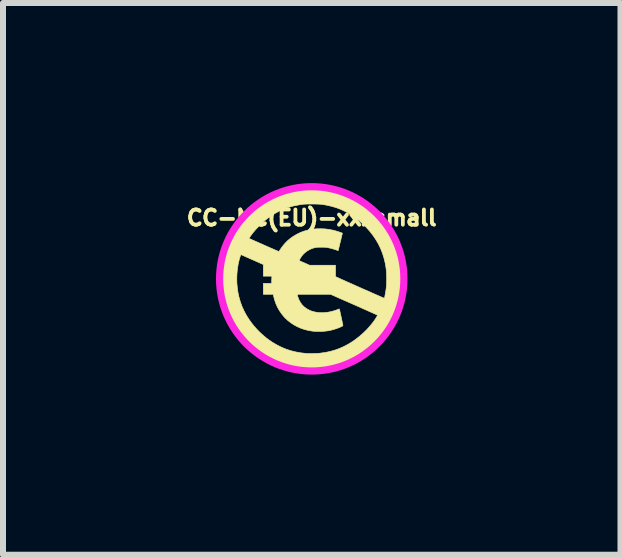
<source format=kicad_pcb>
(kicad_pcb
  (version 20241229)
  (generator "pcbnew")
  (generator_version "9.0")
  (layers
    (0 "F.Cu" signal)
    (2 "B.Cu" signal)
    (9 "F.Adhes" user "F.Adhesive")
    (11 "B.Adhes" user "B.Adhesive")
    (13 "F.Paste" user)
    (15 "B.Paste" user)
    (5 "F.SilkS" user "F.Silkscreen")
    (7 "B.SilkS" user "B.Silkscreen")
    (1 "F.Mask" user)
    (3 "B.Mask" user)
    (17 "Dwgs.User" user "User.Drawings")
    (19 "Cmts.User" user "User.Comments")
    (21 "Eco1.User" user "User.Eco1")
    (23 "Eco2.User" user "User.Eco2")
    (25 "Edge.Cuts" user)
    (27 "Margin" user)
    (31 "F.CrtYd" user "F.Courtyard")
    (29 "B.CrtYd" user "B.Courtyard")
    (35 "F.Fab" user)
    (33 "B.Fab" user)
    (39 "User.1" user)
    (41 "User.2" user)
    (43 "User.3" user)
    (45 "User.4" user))
  (footprint "CC-NC(EU)-xxxsmall"
    (layer "F.Cu")
    (at 2.144 1.596)
    (property "Reference" "CC-NC(EU)-xxxsmall" (at 0 -1.016 0) (layer "F.SilkS") (effects (font (size 0.254 0.254) (thickness 0.064))))
    (attr through_hole)
    (fp_poly (pts (xy 0.112 -1.52) (xy 0.186 -1.514) (xy 0.256 -1.505) (xy 0.324 -1.493) (xy 0.392 -1.478) (xy 0.424 -1.47) (xy 0.512 -1.442) (xy 0.598 -1.41) (xy 0.68 -1.373) (xy 0.76 -1.33) (xy 0.838 -1.282) (xy 0.913 -1.229) (xy 0.986 -1.169) (xy 1.057 -1.105) (xy 1.08 -1.083) (xy 1.137 -1.023) (xy 1.19 -0.963) (xy 1.237 -0.902) (xy 1.281 -0.84) (xy 1.321 -0.776) (xy 1.358 -0.708) (xy 1.371 -0.683) (xy 1.405 -0.611) (xy 1.434 -0.537) (xy 1.459 -0.462) (xy 1.48 -0.385) (xy 1.497 -0.304) (xy 1.51 -0.22) (xy 1.518 -0.148) (xy 1.52 -0.131) (xy 1.521 -0.109) (xy 1.522 -0.083) (xy 1.522 -0.055) (xy 1.522 -0.024) (xy 1.522 0.008) (xy 1.522 0.039) (xy 1.522 0.069) (xy 1.521 0.097) (xy 1.52 0.121) (xy 1.519 0.141) (xy 1.519 0.15) (xy 1.507 0.247) (xy 1.49 0.342) (xy 1.468 0.433) (xy 1.44 0.521) (xy 1.407 0.607) (xy 1.369 0.689) (xy 1.326 0.769) (xy 1.277 0.846) (xy 1.223 0.921) (xy 1.163 0.993) (xy 1.098 1.062) (xy 1.027 1.129) (xy 0.981 1.168) (xy 0.904 1.229) (xy 0.825 1.284) (xy 0.745 1.333) (xy 0.662 1.376) (xy 0.577 1.414) (xy 0.49 1.446) (xy 0.401 1.473) (xy 0.309 1.494) (xy 0.215 1.51) (xy 0.162 1.517) (xy 0.148 1.518) (xy 0.131 1.519) (xy 0.109 1.52) (xy 0.084 1.521) (xy 0.058 1.521) (xy 0.031 1.522) (xy 0.004 1.523) (xy -0.021 1.523) (xy -0.045 1.523) (xy -0.066 1.523) (xy -0.082 1.523) (xy -0.093 1.522) (xy -0.094 1.522) (xy -0.102 1.522) (xy -0.115 1.52) (xy -0.13 1.519) (xy -0.146 1.518) (xy -0.147 1.518) (xy -0.238 1.507) (xy -0.329 1.49) (xy -0.418 1.468) (xy -0.506 1.44) (xy -0.592 1.407) (xy -0.675 1.368) (xy -0.756 1.323) (xy -0.834 1.274) (xy -0.909 1.22) (xy -0.921 1.211) (xy -0.956 1.182) (xy -0.992 1.151) (xy -1.029 1.117) (xy -1.065 1.083) (xy -1.099 1.048) (xy -1.131 1.015) (xy -1.159 0.984) (xy -1.165 0.977) (xy -1.223 0.904) (xy -1.276 0.831) (xy -1.323 0.757) (xy -1.365 0.682) (xy -1.401 0.605) (xy -1.433 0.526) (xy -1.446 0.49) (xy -1.472 0.405) (xy -1.493 0.319) (xy -1.508 0.23) (xy -1.518 0.14) (xy -1.523 0.047) (xy -1.523 -0.005) (xy -1.249 -0.005) (xy -1.247 0.074) (xy -1.24 0.151) (xy -1.23 0.221) (xy -1.213 0.302) (xy -1.19 0.382) (xy -1.162 0.459) (xy -1.128 0.534) (xy -1.088 0.608) (xy -1.043 0.679) (xy -0.992 0.749) (xy -0.95 0.8) (xy -0.906 0.849) (xy -0.858 0.897) (xy -0.807 0.943) (xy -0.756 0.986) (xy -0.714 1.017) (xy -0.644 1.064) (xy -0.573 1.105) (xy -0.501 1.141) (xy -0.426 1.172) (xy -0.349 1.197) (xy -0.269 1.217) (xy -0.186 1.232) (xy -0.1 1.242) (xy -0.091 1.243) (xy -0.074 1.244) (xy -0.052 1.244) (xy -0.026 1.245) (xy 0.002 1.244) (xy 0.03 1.244) (xy 0.059 1.243) (xy 0.086 1.242) (xy 0.111 1.241) (xy 0.132 1.239) (xy 0.142 1.238) (xy 0.227 1.226) (xy 0.308 1.209) (xy 0.386 1.187) (xy 0.461 1.16) (xy 0.535 1.127) (xy 0.606 1.09) (xy 0.676 1.047) (xy 0.738 1.003) (xy 0.799 0.955) (xy 0.858 0.903) (xy 0.914 0.849) (xy 0.966 0.792) (xy 1.013 0.734) (xy 1.023 0.721) (xy 1.035 0.705) (xy 1.047 0.687) (xy 1.059 0.67) (xy 1.07 0.653) (xy 1.079 0.637) (xy 1.087 0.624) (xy 1.093 0.614) (xy 1.095 0.607) (xy 1.096 0.604) (xy 1.092 0.603) (xy 1.084 0.599) (xy 1.071 0.593) (xy 1.052 0.585) (xy 1.029 0.574) (xy 1.002 0.562) (xy 0.97 0.548) (xy 0.935 0.532) (xy 0.896 0.515) (xy 0.853 0.496) (xy 0.807 0.475) (xy 0.757 0.453) (xy 0.705 0.43) (xy 0.651 0.406) (xy 0.594 0.381) (xy 0.534 0.355) (xy 0.473 0.328) (xy 0.41 0.3) (xy 0.368 0.281) (xy 0.313 0.257) (xy -0.243 0.257) (xy -0.241 0.267) (xy -0.238 0.28) (xy -0.233 0.296) (xy -0.226 0.314) (xy -0.22 0.332) (xy -0.213 0.349) (xy -0.208 0.358) (xy -0.186 0.398) (xy -0.16 0.433) (xy -0.128 0.465) (xy -0.092 0.492) (xy -0.053 0.515) (xy -0.05 0.517) (xy -0.017 0.532) (xy 0.017 0.543) (xy 0.053 0.552) (xy 0.092 0.559) (xy 0.128 0.563) (xy 0.172 0.564) (xy 0.219 0.562) (xy 0.268 0.556) (xy 0.317 0.547) (xy 0.366 0.534) (xy 0.412 0.519) (xy 0.432 0.511) (xy 0.446 0.505) (xy 0.456 0.502) (xy 0.461 0.502) (xy 0.461 0.503) (xy 0.462 0.507) (xy 0.464 0.516) (xy 0.467 0.53) (xy 0.471 0.547) (xy 0.475 0.567) (xy 0.48 0.59) (xy 0.485 0.614) (xy 0.491 0.638) (xy 0.496 0.663) (xy 0.501 0.687) (xy 0.506 0.71) (xy 0.51 0.731) (xy 0.514 0.749) (xy 0.517 0.763) (xy 0.519 0.773) (xy 0.52 0.778) (xy 0.52 0.778) (xy 0.517 0.782) (xy 0.51 0.787) (xy 0.498 0.794) (xy 0.482 0.801) (xy 0.464 0.809) (xy 0.444 0.817) (xy 0.423 0.825) (xy 0.401 0.832) (xy 0.38 0.839) (xy 0.371 0.842) (xy 0.322 0.855) (xy 0.275 0.865) (xy 0.228 0.871) (xy 0.179 0.875) (xy 0.128 0.876) (xy 0.101 0.876) (xy 0.071 0.875) (xy 0.045 0.874) (xy 0.022 0.872) (xy 0.000012 0.869) (xy -0.022 0.866) (xy -0.047 0.861) (xy -0.062 0.858) (xy -0.123 0.843) (xy -0.184 0.822) (xy -0.242 0.796) (xy -0.298 0.766) (xy -0.35 0.731) (xy -0.399 0.693) (xy -0.444 0.651) (xy -0.459 0.635) (xy -0.501 0.584) (xy -0.538 0.53) (xy -0.57 0.475) (xy -0.596 0.417) (xy -0.618 0.355) (xy -0.635 0.29) (xy -0.638 0.274) (xy -0.641 0.257) (xy -0.807 0.257) (xy -0.807 0.076) (xy -0.668 0.076) (xy -0.668 0.058) (xy -0.668 0.049) (xy -0.668 0.035) (xy -0.667 0.018) (xy -0.666 0.001) (xy -0.666 -0.002) (xy -0.664 -0.045) (xy -0.807 -0.045) (xy -0.807 -0.226) (xy -0.795 -0.227) (xy -0.793 -0.228) (xy -0.792 -0.229) (xy -0.793 -0.23) (xy -0.796 -0.232) (xy -0.802 -0.235) (xy -0.81 -0.239) (xy -0.821 -0.245) (xy -0.836 -0.251) (xy -0.854 -0.26) (xy -0.877 -0.27) (xy -0.904 -0.282) (xy -0.936 -0.296) (xy -0.973 -0.313) (xy -0.979 -0.315) (xy -1.011 -0.329) (xy -1.042 -0.343) (xy -1.071 -0.356) (xy -1.097 -0.367) (xy -1.121 -0.378) (xy -1.141 -0.387) (xy -1.157 -0.394) (xy -1.169 -0.399) (xy -1.177 -0.402) (xy -1.179 -0.403) (xy -1.181 -0.4) (xy -1.185 -0.393) (xy -1.19 -0.381) (xy -1.195 -0.365) (xy -1.201 -0.347) (xy -1.207 -0.326) (xy -1.212 -0.303) (xy -1.218 -0.28) (xy -1.223 -0.257) (xy -1.227 -0.236) (xy -1.239 -0.161) (xy -1.246 -0.084) (xy -1.249 -0.005) (xy -1.523 -0.005) (xy -1.523 -0.035) (xy -1.519 -0.123) (xy -1.511 -0.207) (xy -1.499 -0.288) (xy -1.482 -0.367) (xy -1.461 -0.445) (xy -1.435 -0.523) (xy -1.422 -0.556) (xy -1.387 -0.639) (xy -1.369 -0.674) (xy -1.044 -0.674) (xy -1.041 -0.673) (xy -1.033 -0.669) (xy -1.02 -0.663) (xy -1.003 -0.655) (xy -0.983 -0.646) (xy -0.96 -0.636) (xy -0.934 -0.624) (xy -0.905 -0.612) (xy -0.875 -0.598) (xy -0.844 -0.585) (xy -0.812 -0.57) (xy -0.78 -0.556) (xy -0.748 -0.542) (xy -0.717 -0.528) (xy -0.687 -0.515) (xy -0.659 -0.503) (xy -0.632 -0.491) (xy -0.609 -0.481) (xy -0.588 -0.472) (xy -0.571 -0.465) (xy -0.558 -0.459) (xy -0.55 -0.455) (xy -0.546 -0.454) (xy -0.546 -0.454) (xy -0.544 -0.457) (xy -0.54 -0.464) (xy -0.534 -0.474) (xy -0.528 -0.484) (xy -0.491 -0.537) (xy -0.45 -0.587) (xy -0.405 -0.633) (xy -0.355 -0.675) (xy -0.302 -0.712) (xy -0.245 -0.745) (xy -0.185 -0.774) (xy -0.122 -0.797) (xy -0.105 -0.802) (xy -0.044 -0.818) (xy 0.02 -0.829) (xy 0.086 -0.834) (xy 0.153 -0.835) (xy 0.222 -0.832) (xy 0.291 -0.823) (xy 0.359 -0.81) (xy 0.42 -0.793) (xy 0.432 -0.789) (xy 0.447 -0.785) (xy 0.462 -0.779) (xy 0.477 -0.774) (xy 0.491 -0.769) (xy 0.501 -0.765) (xy 0.508 -0.762) (xy 0.51 -0.76) (xy 0.51 -0.758) (xy 0.508 -0.749) (xy 0.505 -0.737) (xy 0.501 -0.72) (xy 0.497 -0.701) (xy 0.491 -0.679) (xy 0.486 -0.655) (xy 0.48 -0.63) (xy 0.473 -0.605) (xy 0.467 -0.58) (xy 0.462 -0.556) (xy 0.456 -0.534) (xy 0.451 -0.514) (xy 0.447 -0.497) (xy 0.444 -0.484) (xy 0.442 -0.475) (xy 0.441 -0.471) (xy 0.438 -0.472) (xy 0.43 -0.474) (xy 0.42 -0.477) (xy 0.413 -0.48) (xy 0.38 -0.491) (xy 0.343 -0.502) (xy 0.305 -0.512) (xy 0.272 -0.519) (xy 0.258 -0.522) (xy 0.246 -0.524) (xy 0.233 -0.525) (xy 0.22 -0.526) (xy 0.205 -0.527) (xy 0.187 -0.527) (xy 0.163 -0.527) (xy 0.162 -0.527) (xy 0.133 -0.527) (xy 0.11 -0.527) (xy 0.089 -0.525) (xy 0.071 -0.523) (xy 0.055 -0.52) (xy 0.037 -0.516) (xy 0.019 -0.51) (xy 0.011 -0.508) (xy -0.032 -0.49) (xy -0.072 -0.467) (xy -0.109 -0.44) (xy -0.142 -0.409) (xy -0.171 -0.374) (xy -0.195 -0.335) (xy -0.2 -0.325) (xy -0.205 -0.315) (xy -0.208 -0.308) (xy -0.208 -0.304) (xy -0.208 -0.304) (xy -0.205 -0.302) (xy -0.197 -0.299) (xy -0.185 -0.293) (xy -0.17 -0.286) (xy -0.151 -0.278) (xy -0.131 -0.269) (xy -0.121 -0.265) (xy -0.036 -0.227) (xy 0.396 -0.227) (xy 0.396 -0.046) (xy 0.387 -0.045) (xy 0.386 -0.044) (xy 0.389 -0.043) (xy 0.393 -0.04) (xy 0.401 -0.036) (xy 0.412 -0.03) (xy 0.426 -0.024) (xy 0.444 -0.016) (xy 0.465 -0.006) (xy 0.49 0.006) (xy 0.52 0.019) (xy 0.553 0.034) (xy 0.591 0.051) (xy 0.634 0.07) (xy 0.682 0.091) (xy 0.735 0.115) (xy 0.791 0.14) (xy 0.838 0.161) (xy 0.884 0.181) (xy 0.928 0.2) (xy 0.971 0.219) (xy 1.01 0.237) (xy 1.047 0.253) (xy 1.081 0.268) (xy 1.112 0.281) (xy 1.138 0.293) (xy 1.161 0.303) (xy 1.18 0.311) (xy 1.194 0.317) (xy 1.204 0.321) (xy 1.208 0.323) (xy 1.208 0.323) (xy 1.21 0.321) (xy 1.212 0.313) (xy 1.216 0.302) (xy 1.219 0.288) (xy 1.219 0.285) (xy 1.231 0.221) (xy 1.24 0.159) (xy 1.246 0.098) (xy 1.248 0.035) (xy 1.248 -0.032) (xy 1.246 -0.076) (xy 1.244 -0.117) (xy 1.241 -0.154) (xy 1.236 -0.191) (xy 1.23 -0.228) (xy 1.223 -0.266) (xy 1.203 -0.348) (xy 1.178 -0.427) (xy 1.147 -0.505) (xy 1.111 -0.58) (xy 1.069 -0.652) (xy 1.021 -0.723) (xy 0.968 -0.791) (xy 0.91 -0.856) (xy 0.846 -0.92) (xy 0.837 -0.927) (xy 0.771 -0.985) (xy 0.702 -1.036) (xy 0.632 -1.082) (xy 0.559 -1.122) (xy 0.485 -1.157) (xy 0.408 -1.186) (xy 0.329 -1.209) (xy 0.263 -1.224) (xy 0.233 -1.23) (xy 0.206 -1.235) (xy 0.18 -1.239) (xy 0.156 -1.242) (xy 0.131 -1.244) (xy 0.104 -1.245) (xy 0.075 -1.246) (xy 0.042 -1.247) (xy 0.004 -1.247) (xy 0.002 -1.247) (xy -0.031 -1.247) (xy -0.059 -1.247) (xy -0.083 -1.246) (xy -0.105 -1.245) (xy -0.124 -1.244) (xy -0.143 -1.243) (xy -0.161 -1.24) (xy -0.182 -1.237) (xy -0.205 -1.234) (xy -0.225 -1.23) (xy -0.307 -1.214) (xy -0.387 -1.191) (xy -0.464 -1.163) (xy -0.54 -1.129) (xy -0.613 -1.09) (xy -0.684 -1.045) (xy -0.752 -0.995) (xy -0.804 -0.952) (xy -0.822 -0.935) (xy -0.844 -0.914) (xy -0.867 -0.891) (xy -0.891 -0.866) (xy -0.914 -0.842) (xy -0.936 -0.819) (xy -0.954 -0.798) (xy -0.962 -0.788) (xy -0.976 -0.772) (xy -0.99 -0.754) (xy -1.003 -0.737) (xy -1.015 -0.72) (xy -1.026 -0.705) (xy -1.034 -0.693) (xy -1.041 -0.683) (xy -1.044 -0.676) (xy -1.044 -0.674) (xy -1.369 -0.674) (xy -1.346 -0.72) (xy -1.299 -0.799) (xy -1.248 -0.875) (xy -1.193 -0.949) (xy -1.133 -1.019) (xy -1.07 -1.086) (xy -1.003 -1.15) (xy -0.932 -1.209) (xy -0.859 -1.263) (xy -0.784 -1.313) (xy -0.706 -1.357) (xy -0.67 -1.376) (xy -0.588 -1.413) (xy -0.505 -1.444) (xy -0.421 -1.47) (xy -0.335 -1.491) (xy -0.246 -1.507) (xy -0.155 -1.517) (xy -0.061 -1.523) (xy 0.035 -1.523) (xy 0.112 -1.52)) (stroke (width 0.01) (type solid)) (fill yes) (layer "F.SilkS"))
    (fp_circle (center 0 0) (end -1.333 0.762) (stroke (width 0.12) (type solid)) (fill no) (layer "F.CrtYd")))
  (gr_rect
    (start -3 -3)
    (end 7.288 6.192)
    (stroke (width 0.1) (type default))
    (fill no)
    (layer "Edge.Cuts")))
</source>
